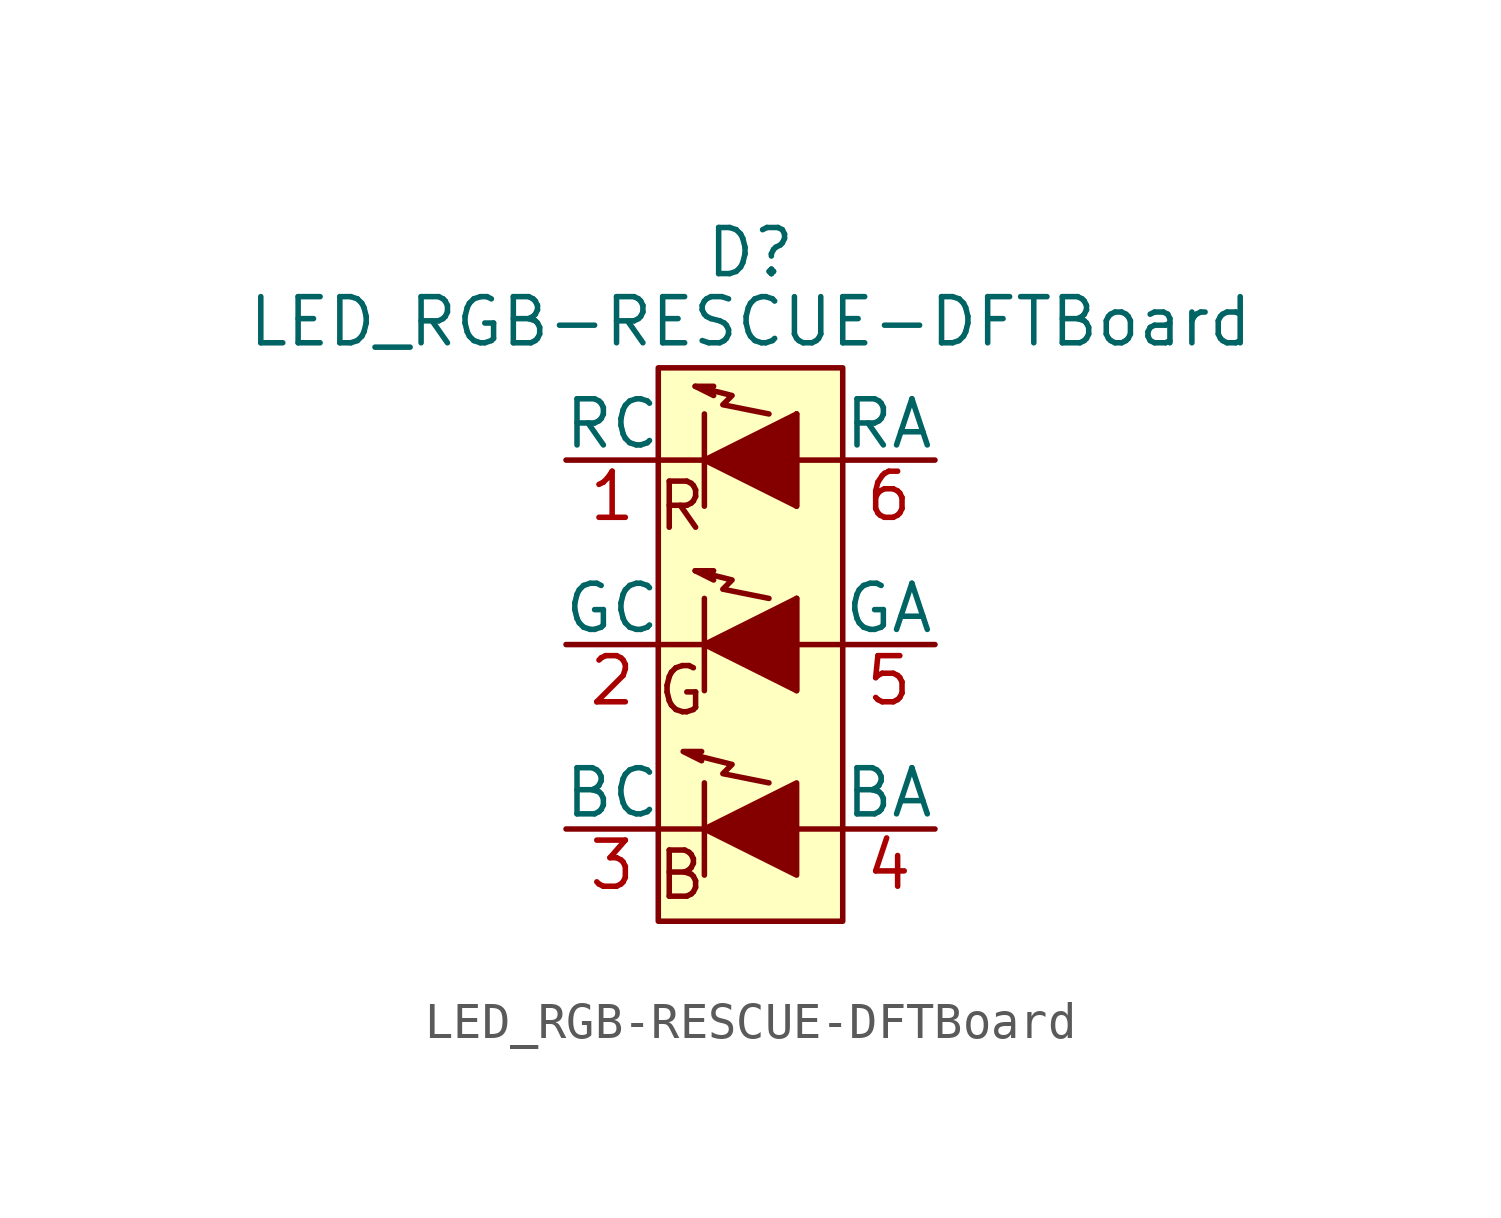
<source format=kicad_sym>
(kicad_symbol_lib
  (version 20231120)
  (generator "kicad_symbol_editor")
  (generator_version "8.0")
  (symbol "LED_RGB-RESCUE-DFTBoard"
    (pin_names
      (offset 0))
    (property "Reference" "D"
      (at 0 10.795 0)
      (effects (font (size 1.27 1.27))))
    (property "Value" "LED_RGB-RESCUE-DFTBoard"
      (at 0 8.89 0)
      (effects (font (size 1.27 1.27))))
    (property "Footprint" ""
      (at 0 -1.27 0)
      (effects (font (size 1.27 1.27))))
    (property "Datasheet" ""
      (at 0 -1.27 0)
      (effects (font (size 1.27 1.27))))
    (symbol "LED_RGB-RESCUE-DFTBoard_0_0"
      (text "B" (at -1.905 -6.35 0) (effects (font (size 1.27 1.27))))
      (text "G" (at -1.905 -1.27 0) (effects (font (size 1.27 1.27))))
      (text "R" (at -1.905 3.81 0) (effects (font (size 1.27 1.27)))))
    (symbol "LED_RGB-RESCUE-DFTBoard_0_1"
      (polyline (pts (xy -1.27 -5.08) (xy -2.54 -5.08)) (stroke (width 0) (type solid)) (fill (type none)))
      (polyline (pts (xy -1.27 -3.81) (xy -1.27 -6.35)) (stroke (width 0) (type solid)) (fill (type none)))
      (polyline (pts (xy -1.27 0) (xy -2.54 0)) (stroke (width 0) (type solid)) (fill (type none)))
      (polyline (pts (xy -1.27 5.08) (xy -2.54 5.08)) (stroke (width 0) (type solid)) (fill (type none)))
      (polyline (pts (xy 1.27 -5.08) (xy 2.54 -5.08)) (stroke (width 0) (type solid)) (fill (type none)))
      (polyline (pts (xy 1.27 0) (xy 2.54 0)) (stroke (width 0) (type solid)) (fill (type none)))
      (polyline (pts (xy 1.27 5.08) (xy 2.54 5.08)) (stroke (width 0) (type solid)) (fill (type none)))
      (polyline (pts (xy -1.27 1.27) (xy -1.27 -1.27) (xy -1.27 -1.27)) (stroke (width 0) (type solid)) (fill (type none)))
      (polyline (pts (xy -1.27 6.35) (xy -1.27 3.81) (xy -1.27 3.81)) (stroke (width 0) (type solid)) (fill (type none)))
      (polyline (pts (xy -1.346 -2.946) (xy -1.854 -2.946) (xy -1.346 -3.2) (xy -1.346 -3.2)) (stroke (width 0) (type solid)) (fill (type none)))
      (polyline (pts (xy -1.016 2.032) (xy -1.524 2.032) (xy -1.016 1.778) (xy -1.016 1.778)) (stroke (width 0) (type solid)) (fill (type none)))
      (polyline (pts (xy -1.016 7.112) (xy -1.524 7.112) (xy -1.016 6.858) (xy -1.016 6.858)) (stroke (width 0) (type solid)) (fill (type none)))
      (polyline (pts (xy 0.508 -3.81) (xy -0.762 -3.556) (xy -0.508 -3.302) (xy -1.524 -3.048) (xy -1.524 -3.048)) (stroke (width 0) (type solid)) (fill (type none)))
      (polyline (pts (xy 1.27 -3.81) (xy 1.27 -6.35) (xy -1.27 -5.08) (xy 1.27 -3.81) (xy 1.27 -3.81)) (stroke (width 0) (type solid)) (fill (type outline)))
      (polyline (pts (xy 0.508 1.27) (xy -0.762 1.524) (xy -0.508 1.778) (xy -1.524 2.032) (xy -1.524 2.032) (xy -1.524 2.032)) (stroke (width 0) (type solid)) (fill (type none)))
      (polyline (pts (xy 0.508 6.35) (xy -0.762 6.604) (xy -0.508 6.858) (xy -1.524 7.112) (xy -1.524 7.112) (xy -1.524 7.112)) (stroke (width 0) (type solid)) (fill (type none)))
      (polyline (pts (xy 1.27 1.27) (xy 1.27 -1.27) (xy -1.27 0) (xy 1.27 1.27) (xy 1.27 1.27) (xy 1.27 1.27)) (stroke (width 0) (type solid)) (fill (type outline)))
      (polyline (pts (xy 1.27 6.35) (xy 1.27 3.81) (xy -1.27 5.08) (xy 1.27 6.35) (xy 1.27 6.35) (xy 1.27 6.35)) (stroke (width 0) (type solid)) (fill (type outline)))
      (rectangle (start 1.27 -1.27) (end 1.27 1.27) (stroke (width 0) (type solid)) (fill (type none)))
      (rectangle (start 1.27 1.27) (end 1.27 1.27) (stroke (width 0) (type solid)) (fill (type none)))
      (rectangle (start 1.27 3.81) (end 1.27 6.35) (stroke (width 0) (type solid)) (fill (type none)))
      (rectangle (start 1.27 6.35) (end 1.27 6.35) (stroke (width 0) (type solid)) (fill (type none)))
      (rectangle (start 2.54 7.62) (end -2.54 -7.62) (stroke (width 0) (type solid)) (fill (type background))))
    (symbol "LED_RGB-RESCUE-DFTBoard_1_1"
      (pin passive line (at -5.08 5.08 0) (length 2.54) (name "RC" (effects (font (size 1.27 1.27)))) (number "1" (effects (font (size 1.27 1.27)))))
      (pin passive line (at -5.08 0 0) (length 2.54) (name "GC" (effects (font (size 1.27 1.27)))) (number "2" (effects (font (size 1.27 1.27)))))
      (pin passive line (at -5.08 -5.08 0) (length 2.54) (name "BC" (effects (font (size 1.27 1.27)))) (number "3" (effects (font (size 1.27 1.27)))))
      (pin passive line (at 5.08 -5.08 180) (length 2.54) (name "BA" (effects (font (size 1.27 1.27)))) (number "4" (effects (font (size 1.27 1.27)))))
      (pin passive line (at 5.08 0 180) (length 2.54) (name "GA" (effects (font (size 1.27 1.27)))) (number "5" (effects (font (size 1.27 1.27)))))
      (pin passive line (at 5.08 5.08 180) (length 2.54) (name "RA" (effects (font (size 1.27 1.27)))) (number "6" (effects (font (size 1.27 1.27))))))))
</source>
